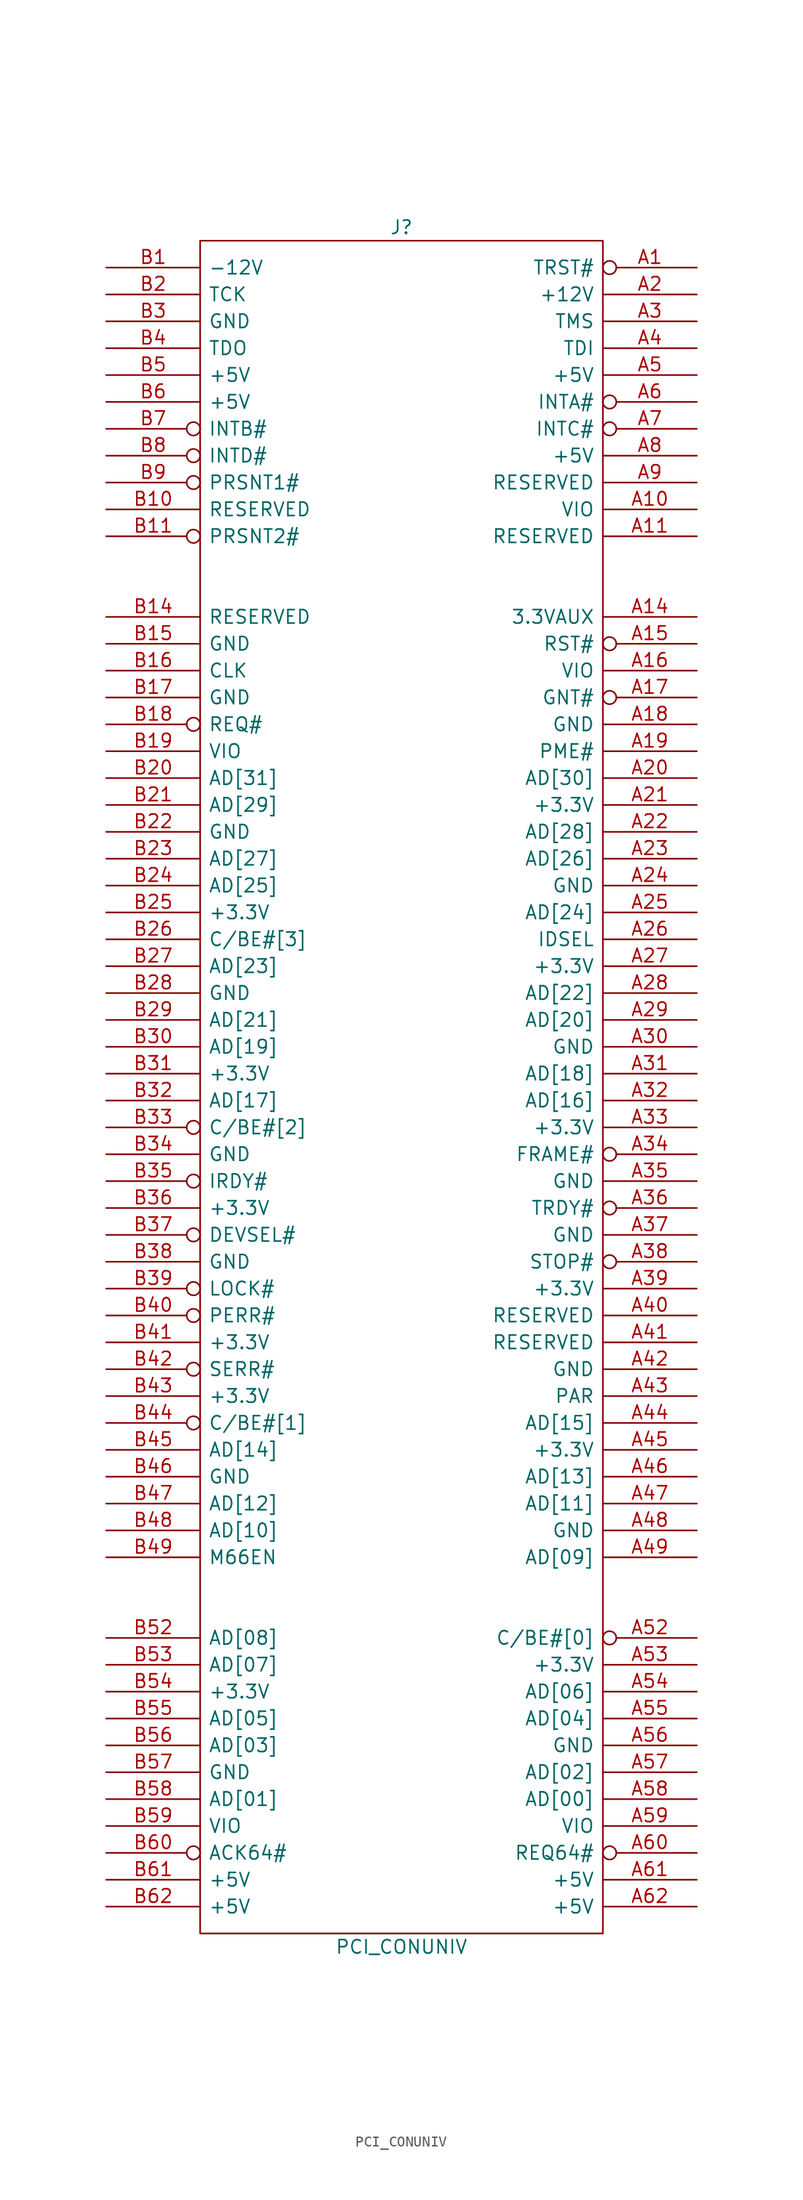
<source format=kicad_sym>
(kicad_symbol_lib
  (version 20211014)
  (generator kicad_symbol_editor)
  (symbol "PCI_CONUNIV"
    (pin_names
      (offset 0.762))
    (property "Reference" "J"
      (at 0 81.28 0)
      (effects (font (size 1.27 1.27))))
    (property "Value" "PCI_CONUNIV"
      (at 0 -81.28 0)
      (effects (font (size 1.27 1.27))))
    (property "Footprint" ""
      (at 0 0 0)
      (effects (font (size 1.27 1.27))))
    (property "Datasheet" ""
      (at 0 0 0)
      (effects (font (size 1.27 1.27))))
    (symbol "PCI_CONUNIV_0_1"
      (rectangle (start -19.05 80.01) (end 19.05 -80.01) (stroke (width 0) (type default) (color 0 0 0 0)) (fill (type none))))
    (symbol "PCI_CONUNIV_1_1"
      (pin output inverted (at 27.94 77.47 180) (length 8.89) (name "TRST#" (effects (font (size 1.27 1.27)))) (number "A1" (effects (font (size 1.27 1.27)))))
      (pin power_in line (at 27.94 54.61 180) (length 8.89) (name "VIO" (effects (font (size 1.27 1.27)))) (number "A10" (effects (font (size 1.27 1.27)))))
      (pin passive line (at 27.94 52.07 180) (length 8.89) (name "RESERVED" (effects (font (size 1.27 1.27)))) (number "A11" (effects (font (size 1.27 1.27)))))
      (pin passive line (at 27.94 44.45 180) (length 8.89) (name "3.3VAUX" (effects (font (size 1.27 1.27)))) (number "A14" (effects (font (size 1.27 1.27)))))
      (pin output inverted (at 27.94 41.91 180) (length 8.89) (name "RST#" (effects (font (size 1.27 1.27)))) (number "A15" (effects (font (size 1.27 1.27)))))
      (pin power_in line (at 27.94 39.37 180) (length 8.89) (name "VIO" (effects (font (size 1.27 1.27)))) (number "A16" (effects (font (size 1.27 1.27)))))
      (pin bidirectional inverted (at 27.94 36.83 180) (length 8.89) (name "GNT#" (effects (font (size 1.27 1.27)))) (number "A17" (effects (font (size 1.27 1.27)))))
      (pin power_in line (at 27.94 34.29 180) (length 8.89) (name "GND" (effects (font (size 1.27 1.27)))) (number "A18" (effects (font (size 1.27 1.27)))))
      (pin passive line (at 27.94 31.75 180) (length 8.89) (name "PME#" (effects (font (size 1.27 1.27)))) (number "A19" (effects (font (size 1.27 1.27)))))
      (pin power_in line (at 27.94 74.93 180) (length 8.89) (name "+12V" (effects (font (size 1.27 1.27)))) (number "A2" (effects (font (size 1.27 1.27)))))
      (pin bidirectional line (at 27.94 29.21 180) (length 8.89) (name "AD[30]" (effects (font (size 1.27 1.27)))) (number "A20" (effects (font (size 1.27 1.27)))))
      (pin power_in line (at 27.94 26.67 180) (length 8.89) (name "+3.3V" (effects (font (size 1.27 1.27)))) (number "A21" (effects (font (size 1.27 1.27)))))
      (pin bidirectional line (at 27.94 24.13 180) (length 8.89) (name "AD[28]" (effects (font (size 1.27 1.27)))) (number "A22" (effects (font (size 1.27 1.27)))))
      (pin bidirectional line (at 27.94 21.59 180) (length 8.89) (name "AD[26]" (effects (font (size 1.27 1.27)))) (number "A23" (effects (font (size 1.27 1.27)))))
      (pin power_in line (at 27.94 19.05 180) (length 8.89) (name "GND" (effects (font (size 1.27 1.27)))) (number "A24" (effects (font (size 1.27 1.27)))))
      (pin bidirectional line (at 27.94 16.51 180) (length 8.89) (name "AD[24]" (effects (font (size 1.27 1.27)))) (number "A25" (effects (font (size 1.27 1.27)))))
      (pin output line (at 27.94 13.97 180) (length 8.89) (name "IDSEL" (effects (font (size 1.27 1.27)))) (number "A26" (effects (font (size 1.27 1.27)))))
      (pin power_in line (at 27.94 11.43 180) (length 8.89) (name "+3.3V" (effects (font (size 1.27 1.27)))) (number "A27" (effects (font (size 1.27 1.27)))))
      (pin bidirectional line (at 27.94 8.89 180) (length 8.89) (name "AD[22]" (effects (font (size 1.27 1.27)))) (number "A28" (effects (font (size 1.27 1.27)))))
      (pin bidirectional line (at 27.94 6.35 180) (length 8.89) (name "AD[20]" (effects (font (size 1.27 1.27)))) (number "A29" (effects (font (size 1.27 1.27)))))
      (pin output line (at 27.94 72.39 180) (length 8.89) (name "TMS" (effects (font (size 1.27 1.27)))) (number "A3" (effects (font (size 1.27 1.27)))))
      (pin power_in line (at 27.94 3.81 180) (length 8.89) (name "GND" (effects (font (size 1.27 1.27)))) (number "A30" (effects (font (size 1.27 1.27)))))
      (pin bidirectional line (at 27.94 1.27 180) (length 8.89) (name "AD[18]" (effects (font (size 1.27 1.27)))) (number "A31" (effects (font (size 1.27 1.27)))))
      (pin bidirectional line (at 27.94 -1.27 180) (length 8.89) (name "AD[16]" (effects (font (size 1.27 1.27)))) (number "A32" (effects (font (size 1.27 1.27)))))
      (pin power_in line (at 27.94 -3.81 180) (length 8.89) (name "+3.3V" (effects (font (size 1.27 1.27)))) (number "A33" (effects (font (size 1.27 1.27)))))
      (pin bidirectional inverted (at 27.94 -6.35 180) (length 8.89) (name "FRAME#" (effects (font (size 1.27 1.27)))) (number "A34" (effects (font (size 1.27 1.27)))))
      (pin power_in line (at 27.94 -8.89 180) (length 8.89) (name "GND" (effects (font (size 1.27 1.27)))) (number "A35" (effects (font (size 1.27 1.27)))))
      (pin bidirectional inverted (at 27.94 -11.43 180) (length 8.89) (name "TRDY#" (effects (font (size 1.27 1.27)))) (number "A36" (effects (font (size 1.27 1.27)))))
      (pin power_in line (at 27.94 -13.97 180) (length 8.89) (name "GND" (effects (font (size 1.27 1.27)))) (number "A37" (effects (font (size 1.27 1.27)))))
      (pin bidirectional inverted (at 27.94 -16.51 180) (length 8.89) (name "STOP#" (effects (font (size 1.27 1.27)))) (number "A38" (effects (font (size 1.27 1.27)))))
      (pin power_in line (at 27.94 -19.05 180) (length 8.89) (name "+3.3V" (effects (font (size 1.27 1.27)))) (number "A39" (effects (font (size 1.27 1.27)))))
      (pin output line (at 27.94 69.85 180) (length 8.89) (name "TDI" (effects (font (size 1.27 1.27)))) (number "A4" (effects (font (size 1.27 1.27)))))
      (pin bidirectional line (at 27.94 -21.59 180) (length 8.89) (name "RESERVED" (effects (font (size 1.27 1.27)))) (number "A40" (effects (font (size 1.27 1.27)))))
      (pin bidirectional line (at 27.94 -24.13 180) (length 8.89) (name "RESERVED" (effects (font (size 1.27 1.27)))) (number "A41" (effects (font (size 1.27 1.27)))))
      (pin power_in line (at 27.94 -26.67 180) (length 8.89) (name "GND" (effects (font (size 1.27 1.27)))) (number "A42" (effects (font (size 1.27 1.27)))))
      (pin bidirectional line (at 27.94 -29.21 180) (length 8.89) (name "PAR" (effects (font (size 1.27 1.27)))) (number "A43" (effects (font (size 1.27 1.27)))))
      (pin bidirectional line (at 27.94 -31.75 180) (length 8.89) (name "AD[15]" (effects (font (size 1.27 1.27)))) (number "A44" (effects (font (size 1.27 1.27)))))
      (pin power_in line (at 27.94 -34.29 180) (length 8.89) (name "+3.3V" (effects (font (size 1.27 1.27)))) (number "A45" (effects (font (size 1.27 1.27)))))
      (pin bidirectional line (at 27.94 -36.83 180) (length 8.89) (name "AD[13]" (effects (font (size 1.27 1.27)))) (number "A46" (effects (font (size 1.27 1.27)))))
      (pin bidirectional line (at 27.94 -39.37 180) (length 8.89) (name "AD[11]" (effects (font (size 1.27 1.27)))) (number "A47" (effects (font (size 1.27 1.27)))))
      (pin power_in line (at 27.94 -41.91 180) (length 8.89) (name "GND" (effects (font (size 1.27 1.27)))) (number "A48" (effects (font (size 1.27 1.27)))))
      (pin bidirectional line (at 27.94 -44.45 180) (length 8.89) (name "AD[09]" (effects (font (size 1.27 1.27)))) (number "A49" (effects (font (size 1.27 1.27)))))
      (pin power_in line (at 27.94 67.31 180) (length 8.89) (name "+5V" (effects (font (size 1.27 1.27)))) (number "A5" (effects (font (size 1.27 1.27)))))
      (pin bidirectional inverted (at 27.94 -52.07 180) (length 8.89) (name "C/BE#[0]" (effects (font (size 1.27 1.27)))) (number "A52" (effects (font (size 1.27 1.27)))))
      (pin power_in line (at 27.94 -54.61 180) (length 8.89) (name "+3.3V" (effects (font (size 1.27 1.27)))) (number "A53" (effects (font (size 1.27 1.27)))))
      (pin bidirectional line (at 27.94 -57.15 180) (length 8.89) (name "AD[06]" (effects (font (size 1.27 1.27)))) (number "A54" (effects (font (size 1.27 1.27)))))
      (pin bidirectional line (at 27.94 -59.69 180) (length 8.89) (name "AD[04]" (effects (font (size 1.27 1.27)))) (number "A55" (effects (font (size 1.27 1.27)))))
      (pin power_in line (at 27.94 -62.23 180) (length 8.89) (name "GND" (effects (font (size 1.27 1.27)))) (number "A56" (effects (font (size 1.27 1.27)))))
      (pin bidirectional line (at 27.94 -64.77 180) (length 8.89) (name "AD[02]" (effects (font (size 1.27 1.27)))) (number "A57" (effects (font (size 1.27 1.27)))))
      (pin bidirectional line (at 27.94 -67.31 180) (length 8.89) (name "AD[00]" (effects (font (size 1.27 1.27)))) (number "A58" (effects (font (size 1.27 1.27)))))
      (pin power_in line (at 27.94 -69.85 180) (length 8.89) (name "VIO" (effects (font (size 1.27 1.27)))) (number "A59" (effects (font (size 1.27 1.27)))))
      (pin input inverted (at 27.94 64.77 180) (length 8.89) (name "INTA#" (effects (font (size 1.27 1.27)))) (number "A6" (effects (font (size 1.27 1.27)))))
      (pin bidirectional inverted (at 27.94 -72.39 180) (length 8.89) (name "REQ64#" (effects (font (size 1.27 1.27)))) (number "A60" (effects (font (size 1.27 1.27)))))
      (pin power_in line (at 27.94 -74.93 180) (length 8.89) (name "+5V" (effects (font (size 1.27 1.27)))) (number "A61" (effects (font (size 1.27 1.27)))))
      (pin power_in line (at 27.94 -77.47 180) (length 8.89) (name "+5V" (effects (font (size 1.27 1.27)))) (number "A62" (effects (font (size 1.27 1.27)))))
      (pin input inverted (at 27.94 62.23 180) (length 8.89) (name "INTC#" (effects (font (size 1.27 1.27)))) (number "A7" (effects (font (size 1.27 1.27)))))
      (pin power_in line (at 27.94 59.69 180) (length 8.89) (name "+5V" (effects (font (size 1.27 1.27)))) (number "A8" (effects (font (size 1.27 1.27)))))
      (pin passive line (at 27.94 57.15 180) (length 8.89) (name "RESERVED" (effects (font (size 1.27 1.27)))) (number "A9" (effects (font (size 1.27 1.27)))))
      (pin power_in line (at -27.94 77.47 0) (length 8.89) (name "-12V" (effects (font (size 1.27 1.27)))) (number "B1" (effects (font (size 1.27 1.27)))))
      (pin passive line (at -27.94 54.61 0) (length 8.89) (name "RESERVED" (effects (font (size 1.27 1.27)))) (number "B10" (effects (font (size 1.27 1.27)))))
      (pin input inverted (at -27.94 52.07 0) (length 8.89) (name "PRSNT2#" (effects (font (size 1.27 1.27)))) (number "B11" (effects (font (size 1.27 1.27)))))
      (pin passive line (at -27.94 44.45 0) (length 8.89) (name "RESERVED" (effects (font (size 1.27 1.27)))) (number "B14" (effects (font (size 1.27 1.27)))))
      (pin power_in line (at -27.94 41.91 0) (length 8.89) (name "GND" (effects (font (size 1.27 1.27)))) (number "B15" (effects (font (size 1.27 1.27)))))
      (pin output line (at -27.94 39.37 0) (length 8.89) (name "CLK" (effects (font (size 1.27 1.27)))) (number "B16" (effects (font (size 1.27 1.27)))))
      (pin power_in line (at -27.94 36.83 0) (length 8.89) (name "GND" (effects (font (size 1.27 1.27)))) (number "B17" (effects (font (size 1.27 1.27)))))
      (pin bidirectional inverted (at -27.94 34.29 0) (length 8.89) (name "REQ#" (effects (font (size 1.27 1.27)))) (number "B18" (effects (font (size 1.27 1.27)))))
      (pin power_in line (at -27.94 31.75 0) (length 8.89) (name "VIO" (effects (font (size 1.27 1.27)))) (number "B19" (effects (font (size 1.27 1.27)))))
      (pin output line (at -27.94 74.93 0) (length 8.89) (name "TCK" (effects (font (size 1.27 1.27)))) (number "B2" (effects (font (size 1.27 1.27)))))
      (pin bidirectional line (at -27.94 29.21 0) (length 8.89) (name "AD[31]" (effects (font (size 1.27 1.27)))) (number "B20" (effects (font (size 1.27 1.27)))))
      (pin bidirectional line (at -27.94 26.67 0) (length 8.89) (name "AD[29]" (effects (font (size 1.27 1.27)))) (number "B21" (effects (font (size 1.27 1.27)))))
      (pin power_in line (at -27.94 24.13 0) (length 8.89) (name "GND" (effects (font (size 1.27 1.27)))) (number "B22" (effects (font (size 1.27 1.27)))))
      (pin bidirectional line (at -27.94 21.59 0) (length 8.89) (name "AD[27]" (effects (font (size 1.27 1.27)))) (number "B23" (effects (font (size 1.27 1.27)))))
      (pin bidirectional line (at -27.94 19.05 0) (length 8.89) (name "AD[25]" (effects (font (size 1.27 1.27)))) (number "B24" (effects (font (size 1.27 1.27)))))
      (pin power_in line (at -27.94 16.51 0) (length 8.89) (name "+3.3V" (effects (font (size 1.27 1.27)))) (number "B25" (effects (font (size 1.27 1.27)))))
      (pin bidirectional line (at -27.94 13.97 0) (length 8.89) (name "C/BE#[3]" (effects (font (size 1.27 1.27)))) (number "B26" (effects (font (size 1.27 1.27)))))
      (pin bidirectional line (at -27.94 11.43 0) (length 8.89) (name "AD[23]" (effects (font (size 1.27 1.27)))) (number "B27" (effects (font (size 1.27 1.27)))))
      (pin power_in line (at -27.94 8.89 0) (length 8.89) (name "GND" (effects (font (size 1.27 1.27)))) (number "B28" (effects (font (size 1.27 1.27)))))
      (pin bidirectional line (at -27.94 6.35 0) (length 8.89) (name "AD[21]" (effects (font (size 1.27 1.27)))) (number "B29" (effects (font (size 1.27 1.27)))))
      (pin input line (at -27.94 72.39 0) (length 8.89) (name "GND" (effects (font (size 1.27 1.27)))) (number "B3" (effects (font (size 1.27 1.27)))))
      (pin bidirectional line (at -27.94 3.81 0) (length 8.89) (name "AD[19]" (effects (font (size 1.27 1.27)))) (number "B30" (effects (font (size 1.27 1.27)))))
      (pin power_in line (at -27.94 1.27 0) (length 8.89) (name "+3.3V" (effects (font (size 1.27 1.27)))) (number "B31" (effects (font (size 1.27 1.27)))))
      (pin bidirectional line (at -27.94 -1.27 0) (length 8.89) (name "AD[17]" (effects (font (size 1.27 1.27)))) (number "B32" (effects (font (size 1.27 1.27)))))
      (pin bidirectional inverted (at -27.94 -3.81 0) (length 8.89) (name "C/BE#[2]" (effects (font (size 1.27 1.27)))) (number "B33" (effects (font (size 1.27 1.27)))))
      (pin power_in line (at -27.94 -6.35 0) (length 8.89) (name "GND" (effects (font (size 1.27 1.27)))) (number "B34" (effects (font (size 1.27 1.27)))))
      (pin bidirectional inverted (at -27.94 -8.89 0) (length 8.89) (name "IRDY#" (effects (font (size 1.27 1.27)))) (number "B35" (effects (font (size 1.27 1.27)))))
      (pin power_in line (at -27.94 -11.43 0) (length 8.89) (name "+3.3V" (effects (font (size 1.27 1.27)))) (number "B36" (effects (font (size 1.27 1.27)))))
      (pin bidirectional inverted (at -27.94 -13.97 0) (length 8.89) (name "DEVSEL#" (effects (font (size 1.27 1.27)))) (number "B37" (effects (font (size 1.27 1.27)))))
      (pin power_in line (at -27.94 -16.51 0) (length 8.89) (name "GND" (effects (font (size 1.27 1.27)))) (number "B38" (effects (font (size 1.27 1.27)))))
      (pin bidirectional inverted (at -27.94 -19.05 0) (length 8.89) (name "LOCK#" (effects (font (size 1.27 1.27)))) (number "B39" (effects (font (size 1.27 1.27)))))
      (pin input line (at -27.94 69.85 0) (length 8.89) (name "TDO" (effects (font (size 1.27 1.27)))) (number "B4" (effects (font (size 1.27 1.27)))))
      (pin bidirectional inverted (at -27.94 -21.59 0) (length 8.89) (name "PERR#" (effects (font (size 1.27 1.27)))) (number "B40" (effects (font (size 1.27 1.27)))))
      (pin power_in line (at -27.94 -24.13 0) (length 8.89) (name "+3.3V" (effects (font (size 1.27 1.27)))) (number "B41" (effects (font (size 1.27 1.27)))))
      (pin input inverted (at -27.94 -26.67 0) (length 8.89) (name "SERR#" (effects (font (size 1.27 1.27)))) (number "B42" (effects (font (size 1.27 1.27)))))
      (pin power_in line (at -27.94 -29.21 0) (length 8.89) (name "+3.3V" (effects (font (size 1.27 1.27)))) (number "B43" (effects (font (size 1.27 1.27)))))
      (pin bidirectional inverted (at -27.94 -31.75 0) (length 8.89) (name "C/BE#[1]" (effects (font (size 1.27 1.27)))) (number "B44" (effects (font (size 1.27 1.27)))))
      (pin bidirectional line (at -27.94 -34.29 0) (length 8.89) (name "AD[14]" (effects (font (size 1.27 1.27)))) (number "B45" (effects (font (size 1.27 1.27)))))
      (pin power_in line (at -27.94 -36.83 0) (length 8.89) (name "GND" (effects (font (size 1.27 1.27)))) (number "B46" (effects (font (size 1.27 1.27)))))
      (pin bidirectional line (at -27.94 -39.37 0) (length 8.89) (name "AD[12]" (effects (font (size 1.27 1.27)))) (number "B47" (effects (font (size 1.27 1.27)))))
      (pin bidirectional line (at -27.94 -41.91 0) (length 8.89) (name "AD[10]" (effects (font (size 1.27 1.27)))) (number "B48" (effects (font (size 1.27 1.27)))))
      (pin power_in line (at -27.94 -44.45 0) (length 8.89) (name "M66EN" (effects (font (size 1.27 1.27)))) (number "B49" (effects (font (size 1.27 1.27)))))
      (pin power_in line (at -27.94 67.31 0) (length 8.89) (name "+5V" (effects (font (size 1.27 1.27)))) (number "B5" (effects (font (size 1.27 1.27)))))
      (pin bidirectional line (at -27.94 -52.07 0) (length 8.89) (name "AD[08]" (effects (font (size 1.27 1.27)))) (number "B52" (effects (font (size 1.27 1.27)))))
      (pin bidirectional line (at -27.94 -54.61 0) (length 8.89) (name "AD[07]" (effects (font (size 1.27 1.27)))) (number "B53" (effects (font (size 1.27 1.27)))))
      (pin input line (at -27.94 -57.15 0) (length 8.89) (name "+3.3V" (effects (font (size 1.27 1.27)))) (number "B54" (effects (font (size 1.27 1.27)))))
      (pin bidirectional line (at -27.94 -59.69 0) (length 8.89) (name "AD[05]" (effects (font (size 1.27 1.27)))) (number "B55" (effects (font (size 1.27 1.27)))))
      (pin bidirectional line (at -27.94 -62.23 0) (length 8.89) (name "AD[03]" (effects (font (size 1.27 1.27)))) (number "B56" (effects (font (size 1.27 1.27)))))
      (pin power_in line (at -27.94 -64.77 0) (length 8.89) (name "GND" (effects (font (size 1.27 1.27)))) (number "B57" (effects (font (size 1.27 1.27)))))
      (pin bidirectional line (at -27.94 -67.31 0) (length 8.89) (name "AD[01]" (effects (font (size 1.27 1.27)))) (number "B58" (effects (font (size 1.27 1.27)))))
      (pin power_in line (at -27.94 -69.85 0) (length 8.89) (name "VIO" (effects (font (size 1.27 1.27)))) (number "B59" (effects (font (size 1.27 1.27)))))
      (pin power_in line (at -27.94 64.77 0) (length 8.89) (name "+5V" (effects (font (size 1.27 1.27)))) (number "B6" (effects (font (size 1.27 1.27)))))
      (pin bidirectional inverted (at -27.94 -72.39 0) (length 8.89) (name "ACK64#" (effects (font (size 1.27 1.27)))) (number "B60" (effects (font (size 1.27 1.27)))))
      (pin power_in line (at -27.94 -74.93 0) (length 8.89) (name "+5V" (effects (font (size 1.27 1.27)))) (number "B61" (effects (font (size 1.27 1.27)))))
      (pin power_in line (at -27.94 -77.47 0) (length 8.89) (name "+5V" (effects (font (size 1.27 1.27)))) (number "B62" (effects (font (size 1.27 1.27)))))
      (pin input inverted (at -27.94 62.23 0) (length 8.89) (name "INTB#" (effects (font (size 1.27 1.27)))) (number "B7" (effects (font (size 1.27 1.27)))))
      (pin input inverted (at -27.94 59.69 0) (length 8.89) (name "INTD#" (effects (font (size 1.27 1.27)))) (number "B8" (effects (font (size 1.27 1.27)))))
      (pin input inverted (at -27.94 57.15 0) (length 8.89) (name "PRSNT1#" (effects (font (size 1.27 1.27)))) (number "B9" (effects (font (size 1.27 1.27))))))))
</source>
